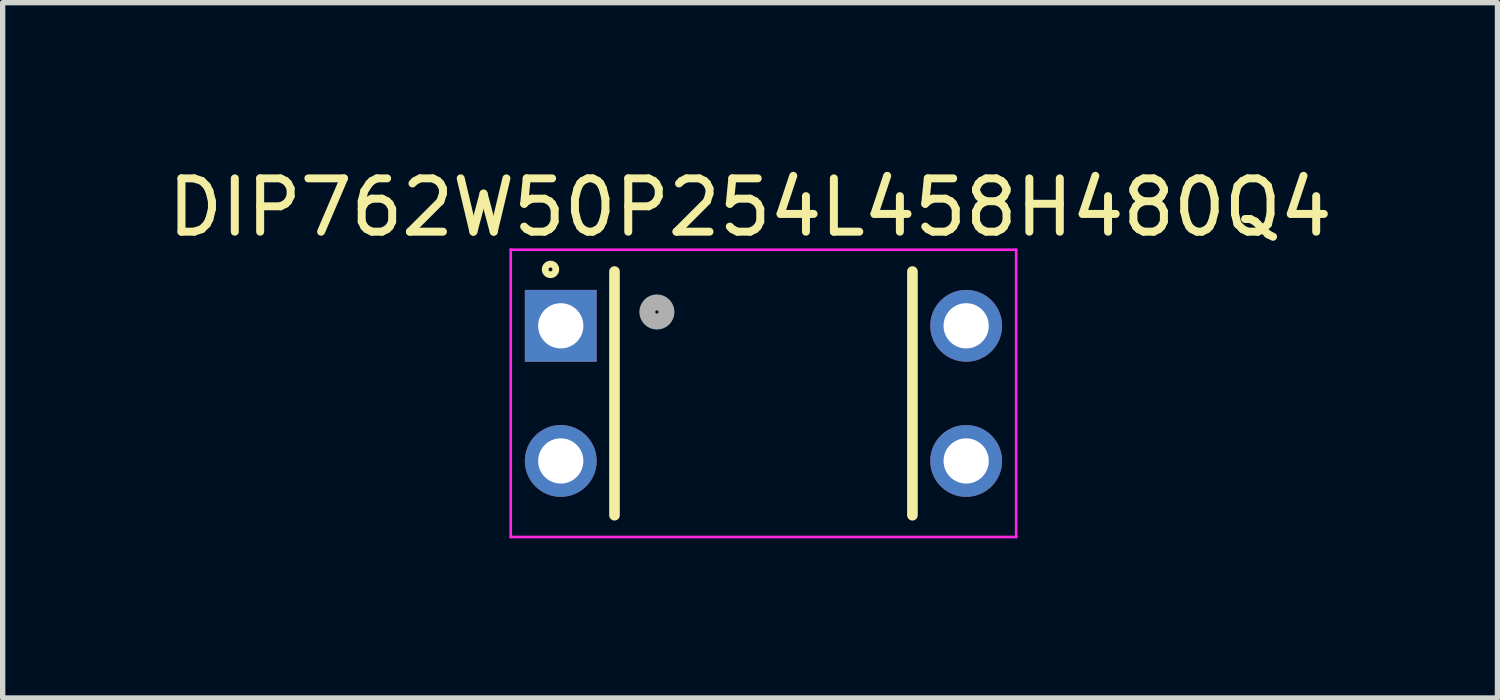
<source format=kicad_pcb>
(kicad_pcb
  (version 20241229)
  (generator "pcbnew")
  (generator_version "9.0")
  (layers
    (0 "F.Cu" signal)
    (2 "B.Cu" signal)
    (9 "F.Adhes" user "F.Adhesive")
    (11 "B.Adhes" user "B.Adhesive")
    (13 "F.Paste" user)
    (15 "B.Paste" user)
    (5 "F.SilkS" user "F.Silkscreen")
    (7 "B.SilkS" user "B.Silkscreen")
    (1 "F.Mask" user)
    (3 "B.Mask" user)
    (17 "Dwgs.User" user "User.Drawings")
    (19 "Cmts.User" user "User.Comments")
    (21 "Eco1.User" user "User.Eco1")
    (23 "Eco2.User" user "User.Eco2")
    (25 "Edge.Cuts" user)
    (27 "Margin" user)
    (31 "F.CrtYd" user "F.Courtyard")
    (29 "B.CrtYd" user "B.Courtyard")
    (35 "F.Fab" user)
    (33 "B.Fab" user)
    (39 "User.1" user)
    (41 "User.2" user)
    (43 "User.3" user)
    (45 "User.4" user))
  (footprint "DIP762W50P254L458H480Q4"
    (layer "F.Cu")
    (at 11.3 4.344)
    (property "Reference" "DIP762W50P254L458H480Q4" (at -0.251 -3.495 0) (layer "F.SilkS") (effects (font (size 1.002 1.002) (thickness 0.15))))
    (attr through_hole)
    (fp_line (start -2.8 2.29) (end -2.8 -2.29) (stroke (width 0.2) (type solid)) (layer "F.SilkS"))
    (fp_line (start 2.8 -2.29) (end 2.8 2.29) (stroke (width 0.2) (type solid)) (layer "F.SilkS"))
    (fp_circle (center -4.003 -2.33) (end -3.903 -2.33) (stroke (width 0.127) (type solid)) (fill no) (layer "F.SilkS"))
    (fp_line (start -4.75 -2.7) (end 4.75 -2.7) (stroke (width 0.05) (type solid)) (layer "F.CrtYd"))
    (fp_line (start -4.75 2.7) (end -4.75 -2.7) (stroke (width 0.05) (type solid)) (layer "F.CrtYd"))
    (fp_line (start 4.75 -2.7) (end 4.75 2.7) (stroke (width 0.05) (type solid)) (layer "F.CrtYd"))
    (fp_line (start 4.75 2.7) (end -4.75 2.7) (stroke (width 0.05) (type solid)) (layer "F.CrtYd"))
    (fp_circle (center -2.003 -1.53) (end -1.823 -1.53) (stroke (width 0.3) (type solid)) (fill no) (layer "F.Fab"))
    (pad "1" thru_hole rect (at -3.81 -1.27) (size 1.35 1.35) (drill 0.85) (layers "*.Cu" "*.Mask"))
    (pad "2" thru_hole circle (at -3.81 1.27) (size 1.35 1.35) (drill 0.85) (layers "*.Cu" "*.Mask"))
    (pad "3" thru_hole circle (at 3.81 1.27) (size 1.35 1.35) (drill 0.85) (layers "*.Cu" "*.Mask"))
    (pad "4" thru_hole circle (at 3.81 -1.27) (size 1.35 1.35) (drill 0.85) (layers "*.Cu" "*.Mask")))
  (gr_rect
    (start -3 -3)
    (end 25.096 10.069)
    (stroke (width 0.1) (type default))
    (fill no)
    (layer "Edge.Cuts")))
</source>
